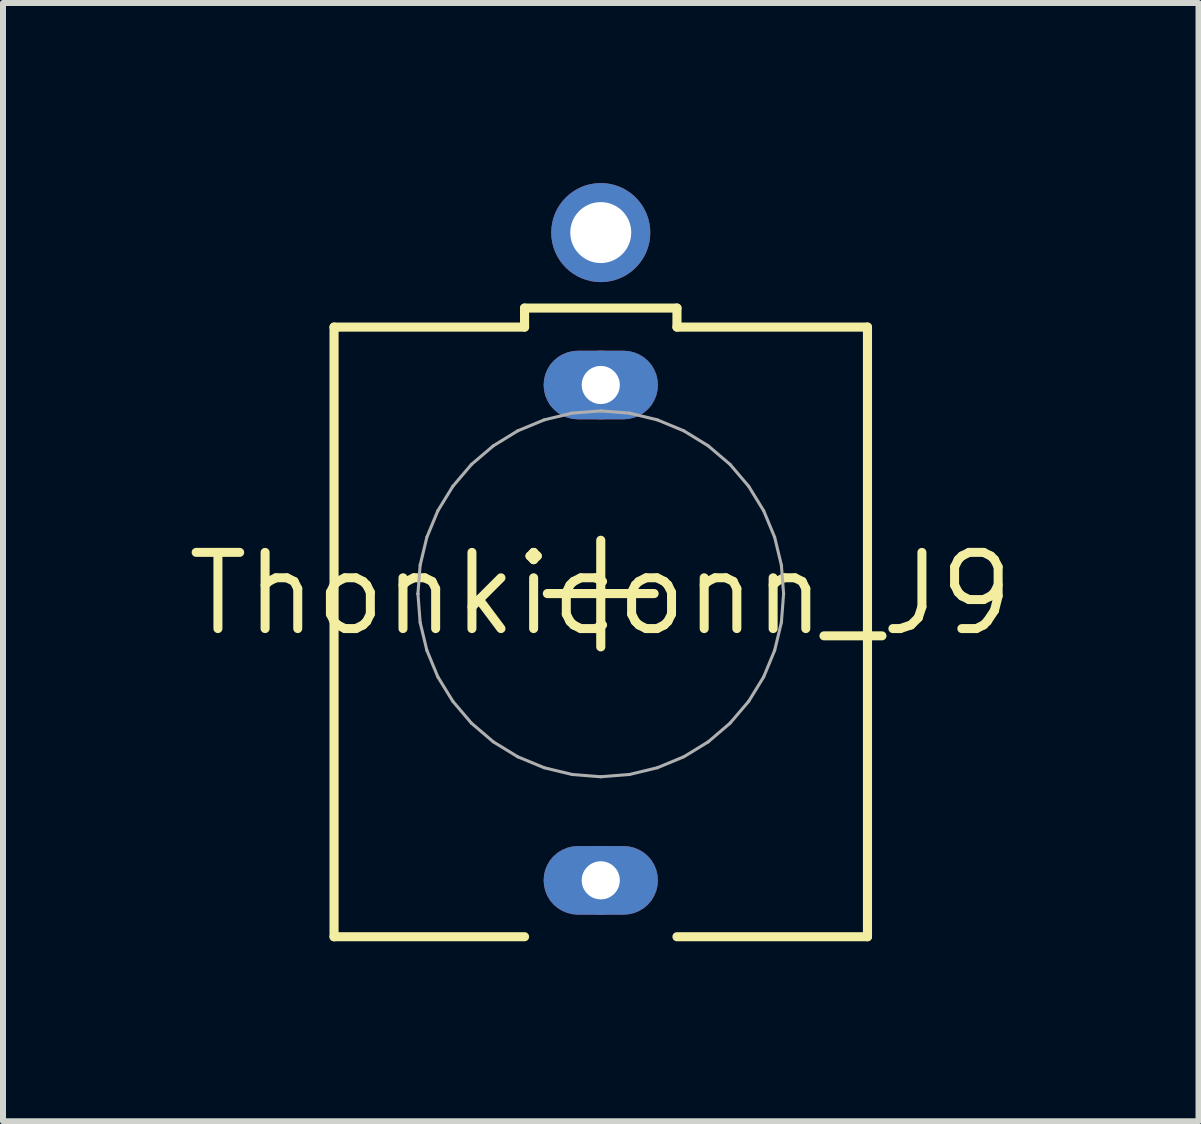
<source format=kicad_pcb>
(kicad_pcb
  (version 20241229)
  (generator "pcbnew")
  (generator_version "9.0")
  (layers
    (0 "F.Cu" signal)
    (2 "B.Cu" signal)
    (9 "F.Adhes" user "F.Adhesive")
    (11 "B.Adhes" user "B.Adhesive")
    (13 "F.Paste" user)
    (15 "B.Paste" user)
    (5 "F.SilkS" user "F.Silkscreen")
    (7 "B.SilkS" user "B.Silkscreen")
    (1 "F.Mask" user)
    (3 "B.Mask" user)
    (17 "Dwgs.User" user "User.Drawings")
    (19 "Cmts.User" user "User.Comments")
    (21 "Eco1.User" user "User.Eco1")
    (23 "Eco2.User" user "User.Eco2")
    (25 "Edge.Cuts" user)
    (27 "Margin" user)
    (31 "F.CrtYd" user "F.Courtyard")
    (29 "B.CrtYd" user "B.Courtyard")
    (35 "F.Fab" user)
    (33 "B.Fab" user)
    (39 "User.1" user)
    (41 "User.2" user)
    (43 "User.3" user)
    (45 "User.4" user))
  (footprint "Thonkiconn_J9"
    (layer "F.Cu")
    (at 6.962 6.846)
    (property "Reference" "Thonkiconn_J9" (at 0 0 0) (layer "F.SilkS") (effects (font (size 1.27 1.27) (thickness 0.15))))
    (fp_poly (pts (xy 0.47 -4.044) (xy 0.557 -4.023) (xy 0.64 -3.989) (xy 0.717 -3.942) (xy 0.785 -3.884) (xy 0.844 -3.816) (xy 0.89 -3.739) (xy 0.925 -3.656) (xy 0.945 -3.569) (xy 0.952 -3.48) (xy 0.945 -3.391) (xy 0.925 -3.304) (xy 0.89 -3.221) (xy 0.844 -3.143) (xy 0.785 -3.075) (xy 0.717 -3.017) (xy 0.64 -2.97) (xy 0.557 -2.936) (xy 0.47 -2.915) (xy 0.381 -2.908) (xy -0.381 -2.908) (xy -0.47 -2.915) (xy -0.557 -2.936) (xy -0.64 -2.97) (xy -0.717 -3.017) (xy -0.785 -3.075) (xy -0.844 -3.143) (xy -0.89 -3.221) (xy -0.925 -3.304) (xy -0.945 -3.391) (xy -0.952 -3.48) (xy -0.945 -3.569) (xy -0.925 -3.656) (xy -0.89 -3.739) (xy -0.844 -3.816) (xy -0.785 -3.884) (xy -0.717 -3.942) (xy -0.64 -3.989) (xy -0.557 -4.023) (xy -0.47 -4.044) (xy -0.381 -4.051) (xy 0.381 -4.051)) (stroke (width 0) (type default)) (fill yes) (layer "F.Cu"))
    (fp_poly (pts (xy 0.47 4.211) (xy 0.557 4.232) (xy 0.64 4.266) (xy 0.717 4.313) (xy 0.785 4.371) (xy 0.844 4.439) (xy 0.89 4.516) (xy 0.925 4.599) (xy 0.945 4.686) (xy 0.952 4.775) (xy 0.945 4.864) (xy 0.925 4.951) (xy 0.89 5.034) (xy 0.844 5.112) (xy 0.785 5.18) (xy 0.717 5.238) (xy 0.64 5.285) (xy 0.557 5.319) (xy 0.47 5.34) (xy 0.381 5.347) (xy -0.381 5.347) (xy -0.47 5.34) (xy -0.557 5.319) (xy -0.64 5.285) (xy -0.717 5.238) (xy -0.785 5.18) (xy -0.844 5.112) (xy -0.89 5.034) (xy -0.925 4.951) (xy -0.945 4.864) (xy -0.952 4.775) (xy -0.945 4.686) (xy -0.925 4.599) (xy -0.89 4.516) (xy -0.844 4.439) (xy -0.785 4.371) (xy -0.717 4.313) (xy -0.64 4.266) (xy -0.557 4.232) (xy -0.47 4.211) (xy -0.381 4.204) (xy 0.381 4.204)) (stroke (width 0) (type default)) (fill yes) (layer "F.Cu"))
    (fp_poly (pts (xy 0.486 -4.146) (xy 0.589 -4.121) (xy 0.687 -4.081) (xy 0.778 -4.025) (xy 0.858 -3.957) (xy 0.927 -3.876) (xy 0.982 -3.785) (xy 1.022 -3.688) (xy 1.047 -3.585) (xy 1.055 -3.48) (xy 1.047 -3.375) (xy 1.022 -3.272) (xy 0.982 -3.174) (xy 0.927 -3.083) (xy 0.858 -3.003) (xy 0.778 -2.934) (xy 0.687 -2.879) (xy 0.589 -2.839) (xy 0.486 -2.814) (xy 0.381 -2.806) (xy -0.381 -2.806) (xy -0.486 -2.814) (xy -0.589 -2.839) (xy -0.687 -2.879) (xy -0.778 -2.934) (xy -0.858 -3.003) (xy -0.927 -3.083) (xy -0.982 -3.174) (xy -1.022 -3.272) (xy -1.047 -3.375) (xy -1.055 -3.48) (xy -1.047 -3.585) (xy -1.022 -3.688) (xy -0.982 -3.785) (xy -0.927 -3.876) (xy -0.858 -3.957) (xy -0.778 -4.025) (xy -0.687 -4.081) (xy -0.589 -4.121) (xy -0.486 -4.146) (xy -0.381 -4.154) (xy 0.381 -4.154)) (stroke (width 0) (type default)) (fill yes) (layer "F.Mask"))
    (fp_poly (pts (xy 0.486 4.109) (xy 0.589 4.134) (xy 0.687 4.174) (xy 0.778 4.23) (xy 0.858 4.298) (xy 0.927 4.379) (xy 0.982 4.47) (xy 1.022 4.567) (xy 1.047 4.67) (xy 1.055 4.775) (xy 1.047 4.88) (xy 1.022 4.983) (xy 0.982 5.081) (xy 0.927 5.172) (xy 0.858 5.252) (xy 0.778 5.321) (xy 0.687 5.376) (xy 0.589 5.416) (xy 0.486 5.441) (xy 0.381 5.449) (xy -0.381 5.449) (xy -0.486 5.441) (xy -0.589 5.416) (xy -0.687 5.376) (xy -0.778 5.321) (xy -0.858 5.252) (xy -0.927 5.172) (xy -0.982 5.081) (xy -1.022 4.983) (xy -1.047 4.88) (xy -1.055 4.775) (xy -1.047 4.67) (xy -1.022 4.567) (xy -0.982 4.47) (xy -0.927 4.379) (xy -0.858 4.298) (xy -0.778 4.23) (xy -0.687 4.174) (xy -0.589 4.134) (xy -0.486 4.109) (xy -0.381 4.101) (xy 0.381 4.101)) (stroke (width 0) (type default)) (fill yes) (layer "F.Mask"))
    (fp_poly (pts (xy 0.47 -4.044) (xy 0.557 -4.023) (xy 0.64 -3.989) (xy 0.717 -3.942) (xy 0.785 -3.884) (xy 0.844 -3.816) (xy 0.89 -3.739) (xy 0.925 -3.656) (xy 0.945 -3.569) (xy 0.952 -3.48) (xy 0.945 -3.391) (xy 0.925 -3.304) (xy 0.89 -3.221) (xy 0.844 -3.143) (xy 0.785 -3.075) (xy 0.717 -3.017) (xy 0.64 -2.97) (xy 0.557 -2.936) (xy 0.47 -2.915) (xy 0.381 -2.908) (xy -0.381 -2.908) (xy -0.47 -2.915) (xy -0.557 -2.936) (xy -0.64 -2.97) (xy -0.717 -3.017) (xy -0.785 -3.075) (xy -0.844 -3.143) (xy -0.89 -3.221) (xy -0.925 -3.304) (xy -0.945 -3.391) (xy -0.952 -3.48) (xy -0.945 -3.569) (xy -0.925 -3.656) (xy -0.89 -3.739) (xy -0.844 -3.816) (xy -0.785 -3.884) (xy -0.717 -3.942) (xy -0.64 -3.989) (xy -0.557 -4.023) (xy -0.47 -4.044) (xy -0.381 -4.051) (xy 0.381 -4.051)) (stroke (width 0) (type default)) (fill yes) (layer "B.Cu"))
    (fp_poly (pts (xy 0.47 4.211) (xy 0.557 4.232) (xy 0.64 4.266) (xy 0.717 4.313) (xy 0.785 4.371) (xy 0.844 4.439) (xy 0.89 4.516) (xy 0.925 4.599) (xy 0.945 4.686) (xy 0.952 4.775) (xy 0.945 4.864) (xy 0.925 4.951) (xy 0.89 5.034) (xy 0.844 5.112) (xy 0.785 5.18) (xy 0.717 5.238) (xy 0.64 5.285) (xy 0.557 5.319) (xy 0.47 5.34) (xy 0.381 5.347) (xy -0.381 5.347) (xy -0.47 5.34) (xy -0.557 5.319) (xy -0.64 5.285) (xy -0.717 5.238) (xy -0.785 5.18) (xy -0.844 5.112) (xy -0.89 5.034) (xy -0.925 4.951) (xy -0.945 4.864) (xy -0.952 4.775) (xy -0.945 4.686) (xy -0.925 4.599) (xy -0.89 4.516) (xy -0.844 4.439) (xy -0.785 4.371) (xy -0.717 4.313) (xy -0.64 4.266) (xy -0.557 4.232) (xy -0.47 4.211) (xy -0.381 4.204) (xy 0.381 4.204)) (stroke (width 0) (type default)) (fill yes) (layer "B.Cu"))
    (fp_poly (pts (xy 0.486 -4.146) (xy 0.589 -4.121) (xy 0.687 -4.081) (xy 0.778 -4.025) (xy 0.858 -3.957) (xy 0.927 -3.876) (xy 0.982 -3.785) (xy 1.022 -3.688) (xy 1.047 -3.585) (xy 1.055 -3.48) (xy 1.047 -3.375) (xy 1.022 -3.272) (xy 0.982 -3.174) (xy 0.927 -3.083) (xy 0.858 -3.003) (xy 0.778 -2.934) (xy 0.687 -2.879) (xy 0.589 -2.839) (xy 0.486 -2.814) (xy 0.381 -2.806) (xy -0.381 -2.806) (xy -0.486 -2.814) (xy -0.589 -2.839) (xy -0.687 -2.879) (xy -0.778 -2.934) (xy -0.858 -3.003) (xy -0.927 -3.083) (xy -0.982 -3.174) (xy -1.022 -3.272) (xy -1.047 -3.375) (xy -1.055 -3.48) (xy -1.047 -3.585) (xy -1.022 -3.688) (xy -0.982 -3.785) (xy -0.927 -3.876) (xy -0.858 -3.957) (xy -0.778 -4.025) (xy -0.687 -4.081) (xy -0.589 -4.121) (xy -0.486 -4.146) (xy -0.381 -4.154) (xy 0.381 -4.154)) (stroke (width 0) (type default)) (fill yes) (layer "B.Mask"))
    (fp_poly (pts (xy 0.486 4.109) (xy 0.589 4.134) (xy 0.687 4.174) (xy 0.778 4.23) (xy 0.858 4.298) (xy 0.927 4.379) (xy 0.982 4.47) (xy 1.022 4.567) (xy 1.047 4.67) (xy 1.055 4.775) (xy 1.047 4.88) (xy 1.022 4.983) (xy 0.982 5.081) (xy 0.927 5.172) (xy 0.858 5.252) (xy 0.778 5.321) (xy 0.687 5.376) (xy 0.589 5.416) (xy 0.486 5.441) (xy 0.381 5.449) (xy -0.381 5.449) (xy -0.486 5.441) (xy -0.589 5.416) (xy -0.687 5.376) (xy -0.778 5.321) (xy -0.858 5.252) (xy -0.927 5.172) (xy -0.982 5.081) (xy -1.022 4.983) (xy -1.047 4.88) (xy -1.055 4.775) (xy -1.047 4.67) (xy -1.022 4.567) (xy -0.982 4.47) (xy -0.927 4.379) (xy -0.858 4.298) (xy -0.778 4.23) (xy -0.687 4.174) (xy -0.589 4.134) (xy -0.486 4.109) (xy -0.381 4.101) (xy 0.381 4.101)) (stroke (width 0) (type default)) (fill yes) (layer "B.Mask"))
    (fp_line (start -4.445 -4.445) (end -4.445 5.715) (stroke (width 0.152) (type solid)) (layer "F.SilkS"))
    (fp_line (start -1.27 -4.762) (end 1.27 -4.762) (stroke (width 0.152) (type solid)) (layer "F.SilkS"))
    (fp_line (start -1.27 -4.445) (end -4.445 -4.445) (stroke (width 0.152) (type solid)) (layer "F.SilkS"))
    (fp_line (start -1.27 -4.445) (end -1.27 -4.762) (stroke (width 0.152) (type solid)) (layer "F.SilkS"))
    (fp_line (start -1.27 5.715) (end -4.445 5.715) (stroke (width 0.152) (type solid)) (layer "F.SilkS"))
    (fp_line (start -0.89 -0.004) (end 0.889 -0.004) (stroke (width 0.152) (type solid)) (layer "F.SilkS"))
    (fp_line (start 0 0.884) (end 0 -0.892) (stroke (width 0.152) (type solid)) (layer "F.SilkS"))
    (fp_line (start 1.27 -4.762) (end 1.27 -4.445) (stroke (width 0.152) (type solid)) (layer "F.SilkS"))
    (fp_line (start 1.27 -4.445) (end 4.445 -4.445) (stroke (width 0.152) (type solid)) (layer "F.SilkS"))
    (fp_line (start 1.27 5.715) (end 4.445 5.715) (stroke (width 0.152) (type solid)) (layer "F.SilkS"))
    (fp_line (start 4.445 5.715) (end 4.445 -4.445) (stroke (width 0.152) (type solid)) (layer "F.SilkS"))
    (fp_line (start -3.047 -0.001) (end -3.047 0.001) (stroke (width 0.051) (type solid)) (layer "F.Fab"))
    (fp_line (start -3.047 0.001) (end -3.01 0.478) (stroke (width 0.051) (type solid)) (layer "F.Fab"))
    (fp_line (start -3.01 -0.478) (end -3.047 -0.001) (stroke (width 0.051) (type solid)) (layer "F.Fab"))
    (fp_line (start -3.01 0.478) (end -2.898 0.943) (stroke (width 0.051) (type solid)) (layer "F.Fab"))
    (fp_line (start -2.898 -0.943) (end -3.01 -0.478) (stroke (width 0.051) (type solid)) (layer "F.Fab"))
    (fp_line (start -2.898 0.943) (end -2.715 1.385) (stroke (width 0.051) (type solid)) (layer "F.Fab"))
    (fp_line (start -2.715 -1.384) (end -2.898 -0.943) (stroke (width 0.051) (type solid)) (layer "F.Fab"))
    (fp_line (start -2.715 1.385) (end -2.465 1.792) (stroke (width 0.051) (type solid)) (layer "F.Fab"))
    (fp_line (start -2.465 -1.792) (end -2.715 -1.384) (stroke (width 0.051) (type solid)) (layer "F.Fab"))
    (fp_line (start -2.465 1.792) (end -2.155 2.156) (stroke (width 0.051) (type solid)) (layer "F.Fab"))
    (fp_line (start -2.155 -2.156) (end -2.465 -1.792) (stroke (width 0.051) (type solid)) (layer "F.Fab"))
    (fp_line (start -2.155 2.156) (end -1.791 2.467) (stroke (width 0.051) (type solid)) (layer "F.Fab"))
    (fp_line (start -1.791 -2.466) (end -2.155 -2.156) (stroke (width 0.051) (type solid)) (layer "F.Fab"))
    (fp_line (start -1.791 2.467) (end -1.384 2.716) (stroke (width 0.051) (type solid)) (layer "F.Fab"))
    (fp_line (start -1.384 -2.716) (end -1.791 -2.466) (stroke (width 0.051) (type solid)) (layer "F.Fab"))
    (fp_line (start -1.384 2.716) (end -0.942 2.899) (stroke (width 0.051) (type solid)) (layer "F.Fab"))
    (fp_line (start -0.942 -2.899) (end -1.384 -2.716) (stroke (width 0.051) (type solid)) (layer "F.Fab"))
    (fp_line (start -0.942 2.899) (end -0.477 3.011) (stroke (width 0.051) (type solid)) (layer "F.Fab"))
    (fp_line (start -0.477 -3.011) (end -0.942 -2.899) (stroke (width 0.051) (type solid)) (layer "F.Fab"))
    (fp_line (start -0.477 3.011) (end 0 3.049) (stroke (width 0.051) (type solid)) (layer "F.Fab"))
    (fp_line (start 0 -3.048) (end -0.477 -3.011) (stroke (width 0.051) (type solid)) (layer "F.Fab"))
    (fp_line (start 0 3.049) (end 0.477 3.011) (stroke (width 0.051) (type solid)) (layer "F.Fab"))
    (fp_line (start 0.477 -3.011) (end 0 -3.048) (stroke (width 0.051) (type solid)) (layer "F.Fab"))
    (fp_line (start 0.477 3.011) (end 0.942 2.899) (stroke (width 0.051) (type solid)) (layer "F.Fab"))
    (fp_line (start 0.942 -2.899) (end 0.477 -3.011) (stroke (width 0.051) (type solid)) (layer "F.Fab"))
    (fp_line (start 0.942 2.899) (end 1.384 2.716) (stroke (width 0.051) (type solid)) (layer "F.Fab"))
    (fp_line (start 1.384 -2.716) (end 0.942 -2.899) (stroke (width 0.051) (type solid)) (layer "F.Fab"))
    (fp_line (start 1.384 2.716) (end 1.791 2.467) (stroke (width 0.051) (type solid)) (layer "F.Fab"))
    (fp_line (start 1.791 -2.466) (end 1.384 -2.716) (stroke (width 0.051) (type solid)) (layer "F.Fab"))
    (fp_line (start 1.791 2.467) (end 2.155 2.156) (stroke (width 0.051) (type solid)) (layer "F.Fab"))
    (fp_line (start 2.155 -2.156) (end 1.791 -2.466) (stroke (width 0.051) (type solid)) (layer "F.Fab"))
    (fp_line (start 2.155 2.156) (end 2.465 1.792) (stroke (width 0.051) (type solid)) (layer "F.Fab"))
    (fp_line (start 2.465 -1.792) (end 2.155 -2.156) (stroke (width 0.051) (type solid)) (layer "F.Fab"))
    (fp_line (start 2.465 1.792) (end 2.715 1.385) (stroke (width 0.051) (type solid)) (layer "F.Fab"))
    (fp_line (start 2.715 -1.384) (end 2.465 -1.792) (stroke (width 0.051) (type solid)) (layer "F.Fab"))
    (fp_line (start 2.715 1.385) (end 2.898 0.943) (stroke (width 0.051) (type solid)) (layer "F.Fab"))
    (fp_line (start 2.898 -0.943) (end 2.715 -1.384) (stroke (width 0.051) (type solid)) (layer "F.Fab"))
    (fp_line (start 2.898 0.943) (end 3.01 0.478) (stroke (width 0.051) (type solid)) (layer "F.Fab"))
    (fp_line (start 3.01 -0.478) (end 2.898 -0.943) (stroke (width 0.051) (type solid)) (layer "F.Fab"))
    (fp_line (start 3.01 0.478) (end 3.047 0.001) (stroke (width 0.051) (type solid)) (layer "F.Fab"))
    (fp_line (start 3.047 -0.001) (end 3.01 -0.478) (stroke (width 0.051) (type solid)) (layer "F.Fab"))
    (fp_line (start 3.047 0.001) (end 3.047 -0.001) (stroke (width 0.051) (type solid)) (layer "F.Fab"))
    (pad "1" thru_hole circle (at 0 -3.48) (size 1.143 1.143) (drill 0.635) (layers "*.Cu"))
    (pad "2" thru_hole circle (at 0 4.775) (size 1.143 1.143) (drill 0.635) (layers "*.Cu"))
    (pad "3" thru_hole circle (at 0 -6.02) (size 1.651 1.651) (drill 1.016) (layers "*.Cu" "*.Mask"))
    (zone (net_name "") (layer "F.Cu") (hatch edge 0.5) (connect_pads) (min_thickness 0.25) (filled_areas_thickness no) (keepout (tracks not_allowed) (vias not_allowed) (pads not_allowed) (copperpour not_allowed) (footprints allowed)) (placement (enabled no)) (fill) (polygon (pts (xy 8.204 6.845) (xy 8.184 6.623) (xy 8.125 6.408) (xy 8.028 6.207) (xy 7.897 6.027) (xy 7.736 5.873) (xy 7.551 5.751) (xy 7.346 5.663) (xy 7.129 5.614) (xy 6.906 5.604) (xy 6.686 5.634) (xy 6.474 5.702) (xy 6.278 5.808) (xy 6.104 5.947) (xy 5.957 6.114) (xy 5.843 6.306) (xy 5.765 6.514) (xy 5.725 6.733) (xy 5.725 6.956) (xy 5.765 7.175) (xy 5.843 7.383) (xy 5.957 7.575) (xy 6.104 7.742) (xy 6.278 7.881) (xy 6.474 7.987) (xy 6.686 8.055) (xy 6.906 8.085) (xy 7.129 8.075) (xy 7.346 8.026) (xy 7.551 7.938) (xy 7.736 7.816) (xy 7.897 7.662) (xy 8.028 7.482) (xy 8.125 7.281) (xy 8.184 7.066))) (polygon (pts (xy 7.954 6.845) (xy 7.934 6.645) (xy 7.874 6.453) (xy 7.776 6.278) (xy 7.646 6.126) (xy 7.487 6.003) (xy 7.307 5.914) (xy 7.112 5.864) (xy 6.912 5.854) (xy 6.713 5.884) (xy 6.525 5.954) (xy 6.355 6.06) (xy 6.209 6.198) (xy 6.095 6.363) (xy 6.016 6.548) (xy 5.975 6.744) (xy 5.975 6.945) (xy 6.016 7.141) (xy 6.095 7.326) (xy 6.209 7.491) (xy 6.355 7.629) (xy 6.525 7.735) (xy 6.713 7.805) (xy 6.912 7.835) (xy 7.112 7.825) (xy 7.307 7.775) (xy 7.487 7.686) (xy 7.646 7.563) (xy 7.776 7.411) (xy 7.874 7.236) (xy 7.934 7.044)))))
  (gr_rect
    (start -3 -3)
    (end 16.924 15.636)
    (stroke (width 0.1) (type default))
    (fill no)
    (layer "Edge.Cuts")))
</source>
